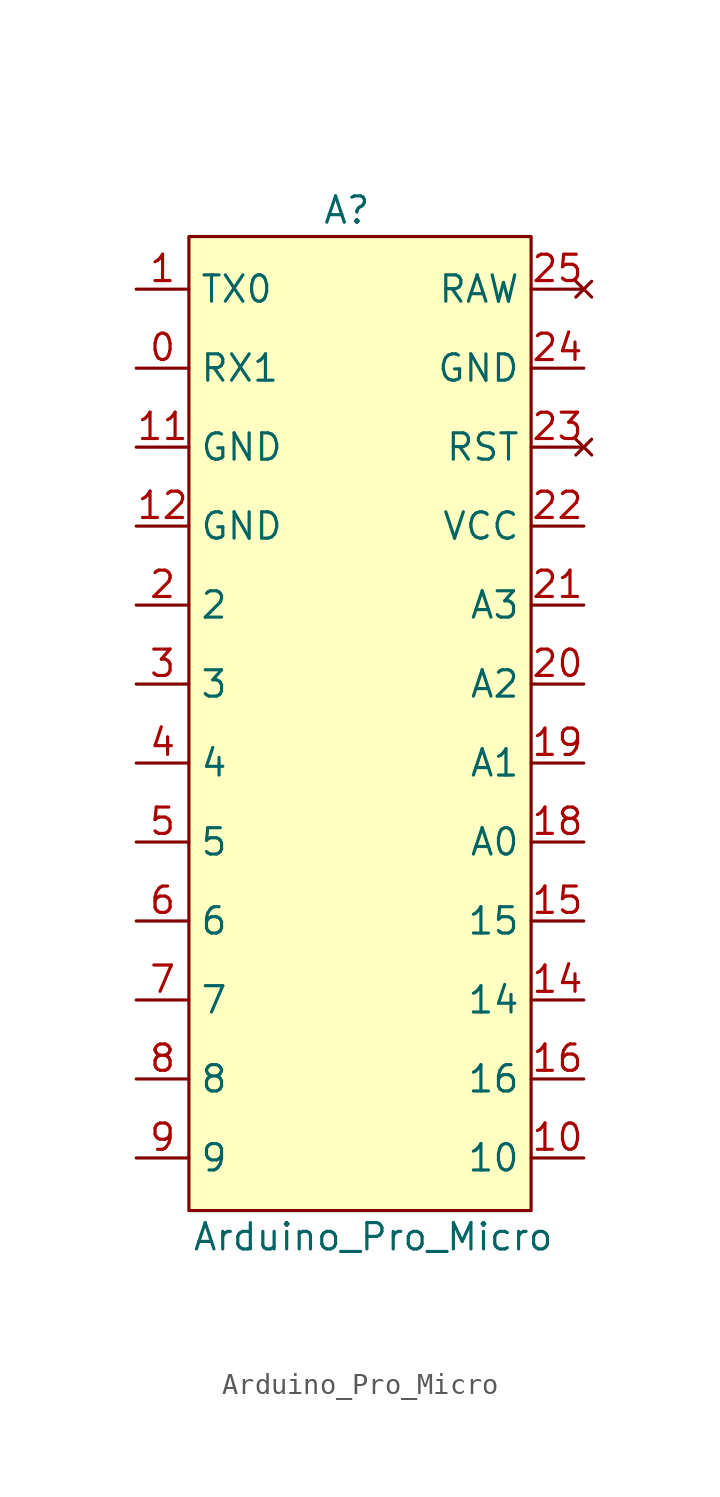
<source format=kicad_sym>
(kicad_symbol_lib
  (version 20211014)
  (generator kicad_symbol_editor)
  (symbol "Arduino_Pro_Micro"
    (property "Reference" "A"
      (at -2.54 20.32 0)
      (effects (font (size 1.27 1.27))))
    (property "Value" "Arduino_Pro_Micro"
      (at -1.27 -29.21 0)
      (effects (font (size 1.27 1.27))))
    (symbol "Arduino_Pro_Micro_0_1"
      (rectangle (start -10.16 19.05) (end 6.35 -27.94) (stroke (width 0) (type default) (color 0 0 0 0)) (fill (type background))))
    (symbol "Arduino_Pro_Micro_1_1"
      (pin output line (at -12.7 12.7 0) (length 2.54) (name "RX1" (effects (font (size 1.27 1.27)))) (number "0" (effects (font (size 1.27 1.27)))))
      (pin output line (at -12.7 16.51 0) (length 2.54) (name "TX0" (effects (font (size 1.27 1.27)))) (number "1" (effects (font (size 1.27 1.27)))))
      (pin input line (at 8.89 -25.4 180) (length 2.54) (name "10" (effects (font (size 1.27 1.27)))) (number "10" (effects (font (size 1.27 1.27)))))
      (pin passive line (at -12.7 8.89 0) (length 2.54) (name "GND" (effects (font (size 1.27 1.27)))) (number "11" (effects (font (size 1.27 1.27)))))
      (pin passive line (at -12.7 5.08 0) (length 2.54) (name "GND" (effects (font (size 1.27 1.27)))) (number "12" (effects (font (size 1.27 1.27)))))
      (pin input line (at 8.89 -17.78 180) (length 2.54) (name "14" (effects (font (size 1.27 1.27)))) (number "14" (effects (font (size 1.27 1.27)))))
      (pin input line (at 8.89 -13.97 180) (length 2.54) (name "15" (effects (font (size 1.27 1.27)))) (number "15" (effects (font (size 1.27 1.27)))))
      (pin input line (at 8.89 -21.59 180) (length 2.54) (name "16" (effects (font (size 1.27 1.27)))) (number "16" (effects (font (size 1.27 1.27)))))
      (pin input line (at 8.89 -10.16 180) (length 2.54) (name "A0" (effects (font (size 1.27 1.27)))) (number "18" (effects (font (size 1.27 1.27)))))
      (pin input line (at 8.89 -6.35 180) (length 2.54) (name "A1" (effects (font (size 1.27 1.27)))) (number "19" (effects (font (size 1.27 1.27)))))
      (pin output line (at -12.7 1.27 0) (length 2.54) (name "2" (effects (font (size 1.27 1.27)))) (number "2" (effects (font (size 1.27 1.27)))))
      (pin input line (at 8.89 -2.54 180) (length 2.54) (name "A2" (effects (font (size 1.27 1.27)))) (number "20" (effects (font (size 1.27 1.27)))))
      (pin input line (at 8.89 1.27 180) (length 2.54) (name "A3" (effects (font (size 1.27 1.27)))) (number "21" (effects (font (size 1.27 1.27)))))
      (pin power_out line (at 8.89 5.08 180) (length 2.54) (name "VCC" (effects (font (size 1.27 1.27)))) (number "22" (effects (font (size 1.27 1.27)))))
      (pin no_connect line (at 8.89 8.89 180) (length 2.54) (name "RST" (effects (font (size 1.27 1.27)))) (number "23" (effects (font (size 1.27 1.27)))))
      (pin power_out line (at 8.89 12.7 180) (length 2.54) (name "GND" (effects (font (size 1.27 1.27)))) (number "24" (effects (font (size 1.27 1.27)))))
      (pin no_connect line (at 8.89 16.51 180) (length 2.54) (name "RAW" (effects (font (size 1.27 1.27)))) (number "25" (effects (font (size 1.27 1.27)))))
      (pin output line (at -12.7 -2.54 0) (length 2.54) (name "3" (effects (font (size 1.27 1.27)))) (number "3" (effects (font (size 1.27 1.27)))))
      (pin output line (at -12.7 -6.35 0) (length 2.54) (name "4" (effects (font (size 1.27 1.27)))) (number "4" (effects (font (size 1.27 1.27)))))
      (pin input line (at -12.7 -10.16 0) (length 2.54) (name "5" (effects (font (size 1.27 1.27)))) (number "5" (effects (font (size 1.27 1.27)))))
      (pin input line (at -12.7 -13.97 0) (length 2.54) (name "6" (effects (font (size 1.27 1.27)))) (number "6" (effects (font (size 1.27 1.27)))))
      (pin input line (at -12.7 -17.78 0) (length 2.54) (name "7" (effects (font (size 1.27 1.27)))) (number "7" (effects (font (size 1.27 1.27)))))
      (pin input line (at -12.7 -21.59 0) (length 2.54) (name "8" (effects (font (size 1.27 1.27)))) (number "8" (effects (font (size 1.27 1.27)))))
      (pin input line (at -12.7 -25.4 0) (length 2.54) (name "9" (effects (font (size 1.27 1.27)))) (number "9" (effects (font (size 1.27 1.27))))))))
</source>
